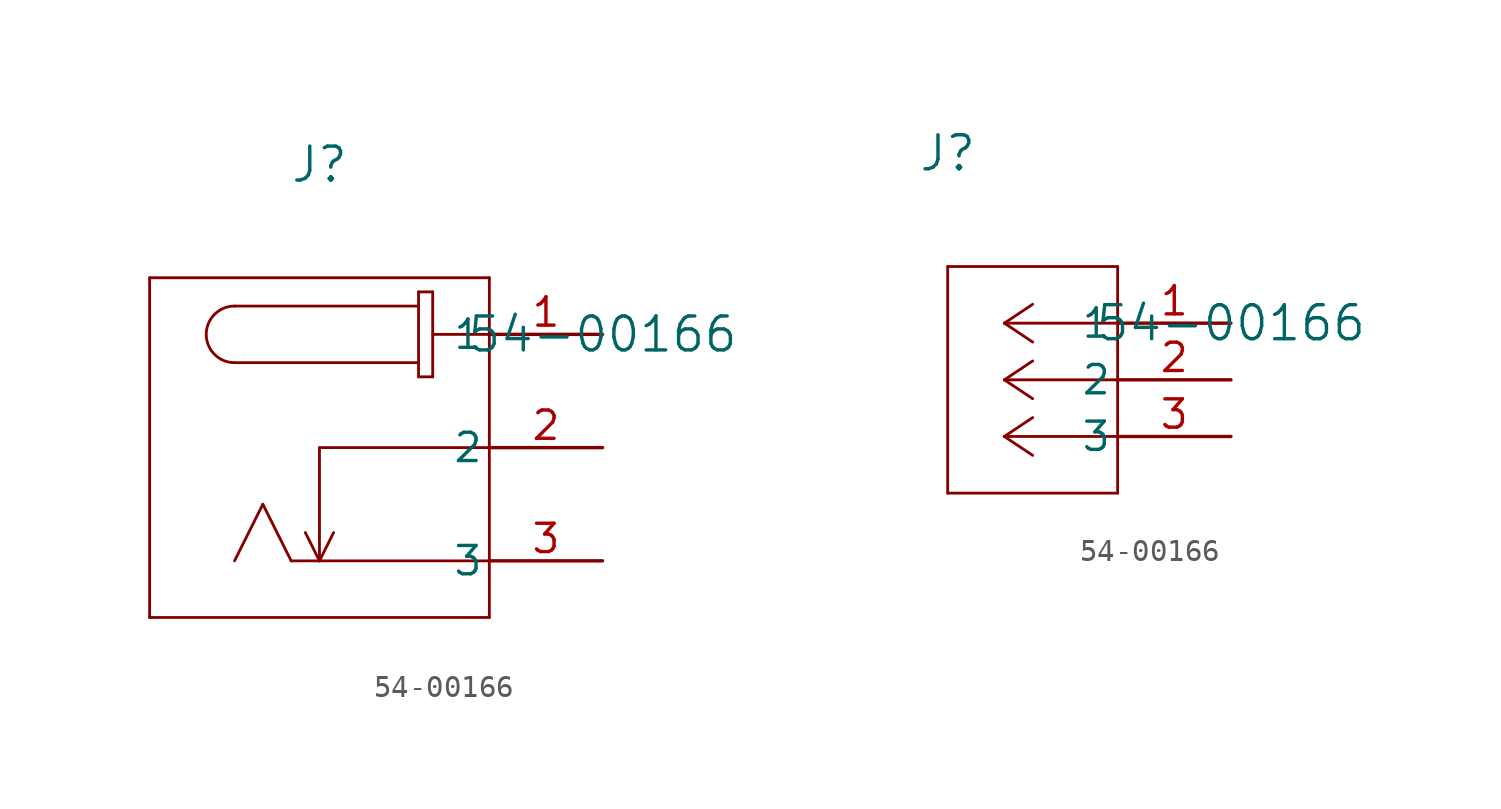
<source format=kicad_sym>
(kicad_symbol_lib
  (version 20211014)
  (generator kicad_symbol_editor)
  (symbol "54-00166"
    (pin_names
      (offset 0.254))
    (property "Reference" "J"
      (at -12.7 7.62 0)
      (effects (font (size 1.524 1.524))))
    (property "Value" "54-00166"
      (at 0 0 0)
      (effects (font (size 1.524 1.524))))
    (symbol "54-00166_1_1"
      (polyline (pts (xy -20.32 2.54) (xy -20.32 -12.7)) (stroke (width 0.127) (type default) (color 0 0 0 0)) (fill (type none)))
      (polyline (pts (xy -20.32 -12.7) (xy -5.08 -12.7)) (stroke (width 0.127) (type default) (color 0 0 0 0)) (fill (type none)))
      (polyline (pts (xy -5.08 -12.7) (xy -5.08 2.54)) (stroke (width 0.127) (type default) (color 0 0 0 0)) (fill (type none)))
      (polyline (pts (xy -5.08 2.54) (xy -20.32 2.54)) (stroke (width 0.127) (type default) (color 0 0 0 0)) (fill (type none)))
      (polyline (pts (xy -5.08 0) (xy -7.62 0)) (stroke (width 0.127) (type default) (color 0 0 0 0)) (fill (type none)))
      (polyline (pts (xy -5.08 -5.08) (xy -12.7 -5.08)) (stroke (width 0.127) (type default) (color 0 0 0 0)) (fill (type none)))
      (polyline (pts (xy -12.7 -5.08) (xy -12.7 -10.16)) (stroke (width 0.127) (type default) (color 0 0 0 0)) (fill (type none)))
      (polyline (pts (xy -5.08 -10.16) (xy -13.97 -10.16)) (stroke (width 0.127) (type default) (color 0 0 0 0)) (fill (type none)))
      (polyline (pts (xy -13.97 -10.16) (xy -15.24 -7.62)) (stroke (width 0.127) (type default) (color 0 0 0 0)) (fill (type none)))
      (polyline (pts (xy -15.24 -7.62) (xy -16.51 -10.16)) (stroke (width 0.127) (type default) (color 0 0 0 0)) (fill (type none)))
      (polyline (pts (xy -12.7 -10.16) (xy -13.335 -8.89)) (stroke (width 0.127) (type default) (color 0 0 0 0)) (fill (type none)))
      (polyline (pts (xy -12.7 -10.16) (xy -12.065 -8.89)) (stroke (width 0.127) (type default) (color 0 0 0 0)) (fill (type none)))
      (polyline (pts (xy -8.255 1.905) (xy -8.255 -1.905)) (stroke (width 0.127) (type default) (color 0 0 0 0)) (fill (type none)))
      (polyline (pts (xy -8.255 1.27) (xy -16.51 1.27)) (stroke (width 0.127) (type default) (color 0 0 0 0)) (fill (type none)))
      (polyline (pts (xy -8.255 -1.27) (xy -16.51 -1.27)) (stroke (width 0.127) (type default) (color 0 0 0 0)) (fill (type none)))
      (arc (start -16.51 1.27) (mid -17.78 0) (end -16.51 -1.27) (stroke (width 0.127) (type default) (color 0 0 0 0)) (fill (type none)))
      (polyline (pts (xy -8.255 -1.905) (xy -7.62 -1.905)) (stroke (width 0.127) (type default) (color 0 0 0 0)) (fill (type none)))
      (polyline (pts (xy -8.255 1.905) (xy -7.62 1.905)) (stroke (width 0.127) (type default) (color 0 0 0 0)) (fill (type none)))
      (polyline (pts (xy -7.62 -1.905) (xy -7.62 1.905)) (stroke (width 0.127) (type default) (color 0 0 0 0)) (fill (type none)))
      (pin unspecified line (at 0 0 180) (length 5.08) (name "1" (effects (font (size 1.27 1.27)))) (number "1" (effects (font (size 1.27 1.27)))))
      (pin unspecified line (at 0 -5.08 180) (length 5.08) (name "2" (effects (font (size 1.27 1.27)))) (number "2" (effects (font (size 1.27 1.27)))))
      (pin unspecified line (at 0 -10.16 180) (length 5.08) (name "3" (effects (font (size 1.27 1.27)))) (number "3" (effects (font (size 1.27 1.27))))))
    (symbol "54-00166_1_2"
      (polyline (pts (xy -10.16 0) (xy -5.08 0)) (stroke (width 0.127) (type default) (color 0 0 0 0)) (fill (type none)))
      (polyline (pts (xy -10.16 -2.54) (xy -5.08 -2.54)) (stroke (width 0.127) (type default) (color 0 0 0 0)) (fill (type none)))
      (polyline (pts (xy -10.16 -5.08) (xy -5.08 -5.08)) (stroke (width 0.127) (type default) (color 0 0 0 0)) (fill (type none)))
      (polyline (pts (xy -10.16 0) (xy -8.89 0.847)) (stroke (width 0.127) (type default) (color 0 0 0 0)) (fill (type none)))
      (polyline (pts (xy -10.16 -2.54) (xy -8.89 -1.693)) (stroke (width 0.127) (type default) (color 0 0 0 0)) (fill (type none)))
      (polyline (pts (xy -10.16 -5.08) (xy -8.89 -4.233)) (stroke (width 0.127) (type default) (color 0 0 0 0)) (fill (type none)))
      (polyline (pts (xy -10.16 0) (xy -8.89 -0.847)) (stroke (width 0.127) (type default) (color 0 0 0 0)) (fill (type none)))
      (polyline (pts (xy -10.16 -2.54) (xy -8.89 -3.387)) (stroke (width 0.127) (type default) (color 0 0 0 0)) (fill (type none)))
      (polyline (pts (xy -10.16 -5.08) (xy -8.89 -5.927)) (stroke (width 0.127) (type default) (color 0 0 0 0)) (fill (type none)))
      (polyline (pts (xy -12.7 2.54) (xy -12.7 -7.62)) (stroke (width 0.127) (type default) (color 0 0 0 0)) (fill (type none)))
      (polyline (pts (xy -12.7 -7.62) (xy -5.08 -7.62)) (stroke (width 0.127) (type default) (color 0 0 0 0)) (fill (type none)))
      (polyline (pts (xy -5.08 -7.62) (xy -5.08 2.54)) (stroke (width 0.127) (type default) (color 0 0 0 0)) (fill (type none)))
      (polyline (pts (xy -5.08 2.54) (xy -12.7 2.54)) (stroke (width 0.127) (type default) (color 0 0 0 0)) (fill (type none)))
      (pin unspecified line (at 0 0 180) (length 5.08) (name "1" (effects (font (size 1.27 1.27)))) (number "1" (effects (font (size 1.27 1.27)))))
      (pin unspecified line (at 0 -2.54 180) (length 5.08) (name "2" (effects (font (size 1.27 1.27)))) (number "2" (effects (font (size 1.27 1.27)))))
      (pin unspecified line (at 0 -5.08 180) (length 5.08) (name "3" (effects (font (size 1.27 1.27)))) (number "3" (effects (font (size 1.27 1.27))))))))
</source>
